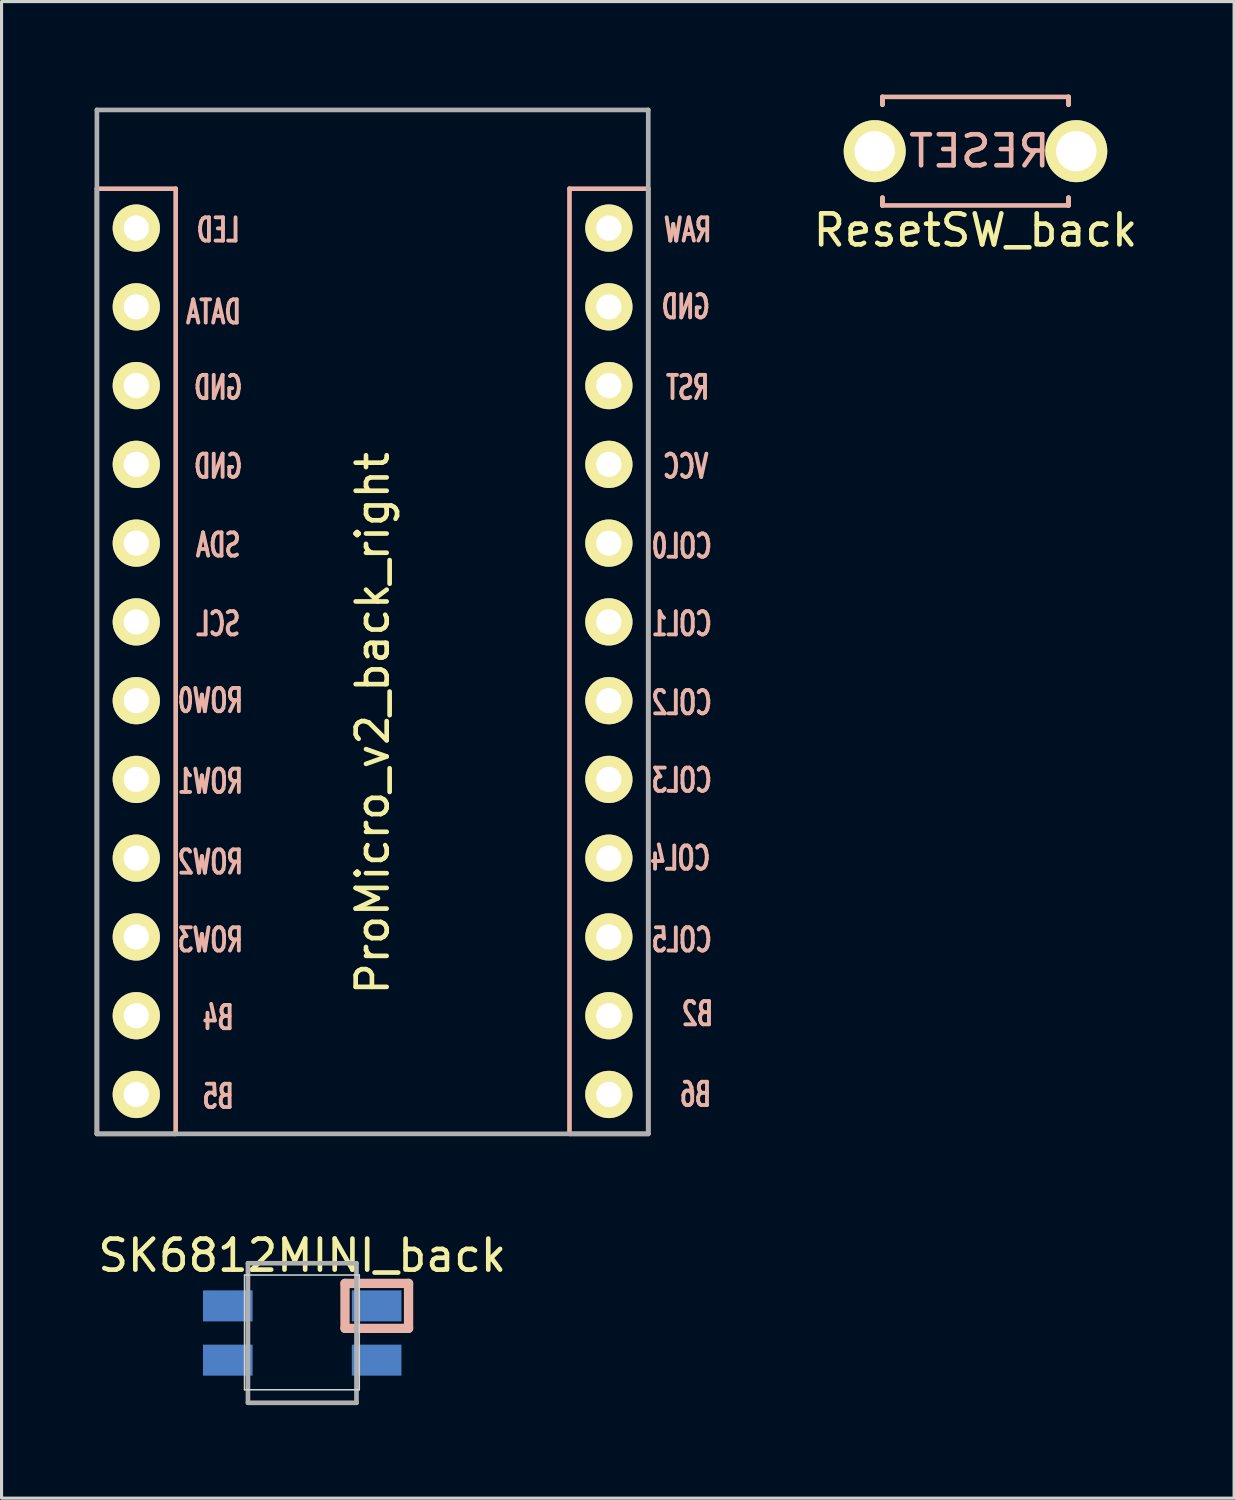
<source format=kicad_pcb>
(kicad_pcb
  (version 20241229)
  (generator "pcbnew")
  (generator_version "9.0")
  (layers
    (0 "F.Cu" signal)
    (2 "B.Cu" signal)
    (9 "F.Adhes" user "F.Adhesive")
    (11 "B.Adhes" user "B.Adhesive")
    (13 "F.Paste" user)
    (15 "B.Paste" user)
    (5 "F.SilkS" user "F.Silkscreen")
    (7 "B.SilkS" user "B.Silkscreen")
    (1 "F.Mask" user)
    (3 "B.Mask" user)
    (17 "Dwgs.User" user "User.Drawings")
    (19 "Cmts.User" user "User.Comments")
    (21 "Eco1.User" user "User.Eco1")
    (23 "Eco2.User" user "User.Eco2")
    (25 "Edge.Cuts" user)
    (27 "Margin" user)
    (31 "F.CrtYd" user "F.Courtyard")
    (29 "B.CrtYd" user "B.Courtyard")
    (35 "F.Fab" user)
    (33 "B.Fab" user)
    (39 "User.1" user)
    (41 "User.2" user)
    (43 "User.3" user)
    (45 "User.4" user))
  (footprint "ResetSW_back"
    (layer "F.Cu")
    (at 28.408 1.825)
    (property "Reference" "ResetSW_back" (at 0 2.55 0) (layer "F.SilkS") (effects (font (size 1 1) (thickness 0.15))))
    (attr through_hole)
    (fp_line (start -3 -1.75) (end -3 -1.5) (stroke (width 0.15) (type solid)) (layer "F.SilkS"))
    (fp_line (start -3 1.75) (end -3 1.5) (stroke (width 0.15) (type solid)) (layer "F.SilkS"))
    (fp_line (start 3 -1.75) (end 3 -1.5) (stroke (width 0.15) (type solid)) (layer "F.SilkS"))
    (fp_line (start 3 1.75) (end 3 1.5) (stroke (width 0.15) (type solid)) (layer "F.SilkS"))
    (fp_line (start -3 -1.75) (end 3 -1.75) (stroke (width 0.15) (type solid)) (layer "B.SilkS"))
    (fp_line (start -3 -1.5) (end -3 -1.75) (stroke (width 0.15) (type solid)) (layer "B.SilkS"))
    (fp_line (start -3 1.75) (end -3 1.5) (stroke (width 0.15) (type solid)) (layer "B.SilkS"))
    (fp_line (start 3 -1.75) (end 3 -1.5) (stroke (width 0.15) (type solid)) (layer "B.SilkS"))
    (fp_line (start 3 1.5) (end 3 1.75) (stroke (width 0.15) (type solid)) (layer "B.SilkS"))
    (fp_line (start 3 1.75) (end -3 1.75) (stroke (width 0.15) (type solid)) (layer "B.SilkS"))
    (fp_text user "RESET" (at 0.127 0 0) (layer "B.SilkS") (effects (font (size 1 1) (thickness 0.15)) (justify mirror)))
    (pad "1" thru_hole circle (at 3.25 0) (size 2 2) (drill 1.3) (layers "*.Cu" "*.Mask" "F.SilkS"))
    (pad "2" thru_hole circle (at -3.25 0) (size 2 2) (drill 1.3) (layers "*.Cu" "*.Mask" "F.SilkS")))
  (footprint "ProMicro_v2_back_right"
    (layer "F.Cu")
    (at 10.235 17.513)
    (property "Reference" "ProMicro_v2_back_right" (at -1.27 2.762 270) (layer "F.SilkS") (effects (font (size 1 1) (thickness 0.15))))
    (attr through_hole)
    (fp_line (start -10.16 -14.478) (end -7.62 -14.478) (stroke (width 0.15) (type solid)) (layer "B.SilkS"))
    (fp_line (start -10.16 16.002) (end -10.16 -14.478) (stroke (width 0.15) (type solid)) (layer "B.SilkS"))
    (fp_line (start -7.62 -14.478) (end -7.62 16.002) (stroke (width 0.15) (type solid)) (layer "B.SilkS"))
    (fp_line (start -7.62 16.002) (end -10.16 16.002) (stroke (width 0.15) (type solid)) (layer "B.SilkS"))
    (fp_line (start 5.08 -14.478) (end 7.62 -14.478) (stroke (width 0.15) (type solid)) (layer "B.SilkS"))
    (fp_line (start 5.08 16.002) (end 5.08 -14.478) (stroke (width 0.15) (type solid)) (layer "B.SilkS"))
    (fp_line (start 7.62 -14.478) (end 7.62 16.002) (stroke (width 0.15) (type solid)) (layer "B.SilkS"))
    (fp_line (start 7.62 16.002) (end 5.08 16.002) (stroke (width 0.15) (type solid)) (layer "B.SilkS"))
    (fp_line (start -10.16 -17.018) (end 7.62 -17.018) (stroke (width 0.15) (type solid)) (layer "F.Fab"))
    (fp_line (start -10.16 16.002) (end -10.16 -17.018) (stroke (width 0.15) (type solid)) (layer "F.Fab"))
    (fp_line (start 7.62 -17.018) (end 7.62 16.002) (stroke (width 0.15) (type solid)) (layer "F.Fab"))
    (fp_line (start 7.62 16.002) (end -10.16 16.002) (stroke (width 0.15) (type solid)) (layer "F.Fab"))
    (fp_text user "" (at -0.5 -17.25 0) (layer "F.SilkS") (effects (font (size 1 1) (thickness 0.15))))
    (fp_text user "ROW0" (at -6.5 2.032 0) (layer "B.SilkS") (effects (font (size 0.75 0.5) (thickness 0.125)) (justify mirror)))
    (fp_text user "ROW3" (at -6.5 9.75 0) (layer "B.SilkS") (effects (font (size 0.75 0.5) (thickness 0.125)) (justify mirror)))
    (fp_text user "RAW" (at 8.891 -13.145 0) (layer "B.SilkS") (effects (font (size 0.75 0.5) (thickness 0.125)) (justify mirror)))
    (fp_text user "COL3" (at 8.7 4.6 0) (layer "B.SilkS") (effects (font (size 0.75 0.5) (thickness 0.125)) (justify mirror)))
    (fp_text user "B5" (at -6.249 14.796 0) (layer "B.SilkS") (effects (font (size 0.75 0.5) (thickness 0.125)) (justify mirror)))
    (fp_text user "GND" (at -6.249 -8.065 0) (layer "B.SilkS") (effects (font (size 0.75 0.5) (thickness 0.125)) (justify mirror)))
    (fp_text user "ROW1" (at -6.5 4.636 0) (layer "B.SilkS") (effects (font (size 0.75 0.5) (thickness 0.125)) (justify mirror)))
    (fp_text user "B2" (at 9.209 12.129 0) (layer "B.SilkS") (effects (font (size 0.75 0.5) (thickness 0.125)) (justify mirror)))
    (fp_text user "GND" (at -6.249 -5.524 0) (layer "B.SilkS") (effects (font (size 0.75 0.5) (thickness 0.125)) (justify mirror)))
    (fp_text user "COL4" (at 8.65 7.112 0) (layer "B.SilkS") (effects (font (size 0.75 0.5) (thickness 0.125)) (justify mirror)))
    (fp_text user "GND" (at 8.828 -10.668 0) (layer "B.SilkS") (effects (font (size 0.75 0.5) (thickness 0.125)) (justify mirror)))
    (fp_text user "DATA" (at -6.4 -10.5 0) (layer "B.SilkS") (effects (font (size 0.75 0.5) (thickness 0.125)) (justify mirror)))
    (fp_text user "COL1" (at 8.7 -0.445 0) (layer "B.SilkS") (effects (font (size 0.75 0.5) (thickness 0.125)) (justify mirror)))
    (fp_text user "ROW2" (at -6.5 7.239 0) (layer "B.SilkS") (effects (font (size 0.75 0.5) (thickness 0.125)) (justify mirror)))
    (fp_text user "COL5" (at 8.7 9.75 0) (layer "B.SilkS") (effects (font (size 0.75 0.5) (thickness 0.125)) (justify mirror)))
    (fp_text user "" (at -1.206 -16.256 0) (layer "B.SilkS") (effects (font (size 1 1) (thickness 0.15)) (justify mirror)))
    (fp_text user "B6" (at 9.145 14.732 0) (layer "B.SilkS") (effects (font (size 0.75 0.5) (thickness 0.125)) (justify mirror)))
    (fp_text user "RST" (at 8.891 -8.065 0) (layer "B.SilkS") (effects (font (size 0.75 0.5) (thickness 0.125)) (justify mirror)))
    (fp_text user "LED" (at -6.249 -13.145 0) (layer "B.SilkS") (effects (font (size 0.75 0.5) (thickness 0.125)) (justify mirror)))
    (fp_text user "COL2" (at 8.7 2.1 0) (layer "B.SilkS") (effects (font (size 0.75 0.5) (thickness 0.125)) (justify mirror)))
    (fp_text user "VCC" (at 8.828 -5.524 0) (layer "B.SilkS") (effects (font (size 0.75 0.5) (thickness 0.125)) (justify mirror)))
    (fp_text user "SDA" (at -6.249 -2.985 0) (layer "B.SilkS") (effects (font (size 0.75 0.5) (thickness 0.125)) (justify mirror)))
    (fp_text user "B4" (at -6.249 12.255 0) (layer "B.SilkS") (effects (font (size 0.75 0.5) (thickness 0.125)) (justify mirror)))
    (fp_text user "SCL" (at -6.249 -0.445 0) (layer "B.SilkS") (effects (font (size 0.75 0.5) (thickness 0.125)) (justify mirror)))
    (fp_text user "COL0" (at 8.7 -2.95 0) (layer "B.SilkS") (effects (font (size 0.75 0.5) (thickness 0.125)) (justify mirror)))
    (pad "1" thru_hole circle (at -8.89 -13.208) (size 1.524 1.524) (drill 0.813) (layers "*.Cu" "*.Mask" "F.SilkS"))
    (pad "2" thru_hole circle (at -8.89 -10.668) (size 1.524 1.524) (drill 0.813) (layers "*.Cu" "*.Mask" "F.SilkS"))
    (pad "3" thru_hole circle (at -8.89 -8.128) (size 1.524 1.524) (drill 0.813) (layers "*.Cu" "*.Mask" "F.SilkS"))
    (pad "4" thru_hole circle (at -8.89 -5.588) (size 1.524 1.524) (drill 0.813) (layers "*.Cu" "*.Mask" "F.SilkS"))
    (pad "5" thru_hole circle (at -8.89 -3.048) (size 1.524 1.524) (drill 0.813) (layers "*.Cu" "*.Mask" "F.SilkS"))
    (pad "6" thru_hole circle (at -8.89 -0.508) (size 1.524 1.524) (drill 0.813) (layers "*.Cu" "*.Mask" "F.SilkS"))
    (pad "7" thru_hole circle (at -8.89 2.032) (size 1.524 1.524) (drill 0.813) (layers "*.Cu" "*.Mask" "F.SilkS"))
    (pad "8" thru_hole circle (at -8.89 4.572) (size 1.524 1.524) (drill 0.813) (layers "*.Cu" "*.Mask" "F.SilkS"))
    (pad "9" thru_hole circle (at -8.89 7.112) (size 1.524 1.524) (drill 0.813) (layers "*.Cu" "*.Mask" "F.SilkS"))
    (pad "10" thru_hole circle (at -8.89 9.652) (size 1.524 1.524) (drill 0.813) (layers "*.Cu" "*.Mask" "F.SilkS"))
    (pad "11" thru_hole circle (at -8.89 12.192) (size 1.524 1.524) (drill 0.813) (layers "*.Cu" "*.Mask" "F.SilkS"))
    (pad "12" thru_hole circle (at -8.89 14.732) (size 1.524 1.524) (drill 0.813) (layers "*.Cu" "*.Mask" "F.SilkS"))
    (pad "13" thru_hole circle (at 6.35 14.732) (size 1.524 1.524) (drill 0.813) (layers "*.Cu" "*.Mask" "F.SilkS"))
    (pad "14" thru_hole circle (at 6.35 12.192) (size 1.524 1.524) (drill 0.813) (layers "*.Cu" "*.Mask" "F.SilkS"))
    (pad "15" thru_hole circle (at 6.35 9.652) (size 1.524 1.524) (drill 0.813) (layers "*.Cu" "*.Mask" "F.SilkS"))
    (pad "16" thru_hole circle (at 6.35 7.112) (size 1.524 1.524) (drill 0.813) (layers "*.Cu" "*.Mask" "F.SilkS"))
    (pad "17" thru_hole circle (at 6.35 4.572) (size 1.524 1.524) (drill 0.813) (layers "*.Cu" "*.Mask" "F.SilkS"))
    (pad "18" thru_hole circle (at 6.35 2.032) (size 1.524 1.524) (drill 0.813) (layers "*.Cu" "*.Mask" "F.SilkS"))
    (pad "19" thru_hole circle (at 6.35 -0.508) (size 1.524 1.524) (drill 0.813) (layers "*.Cu" "*.Mask" "F.SilkS"))
    (pad "20" thru_hole circle (at 6.35 -3.048) (size 1.524 1.524) (drill 0.813) (layers "*.Cu" "*.Mask" "F.SilkS"))
    (pad "21" thru_hole circle (at 6.35 -5.588) (size 1.524 1.524) (drill 0.813) (layers "*.Cu" "*.Mask" "F.SilkS"))
    (pad "22" thru_hole circle (at 6.35 -8.128) (size 1.524 1.524) (drill 0.813) (layers "*.Cu" "*.Mask" "F.SilkS"))
    (pad "23" thru_hole circle (at 6.35 -10.668) (size 1.524 1.524) (drill 0.813) (layers "*.Cu" "*.Mask" "F.SilkS"))
    (pad "24" thru_hole circle (at 6.35 -13.208) (size 1.524 1.524) (drill 0.813) (layers "*.Cu" "*.Mask" "F.SilkS")))
  (footprint "SK6812MINI_back"
    (layer "F.Cu")
    (at 6.696 39.938)
    (property "Reference" "SK6812MINI_back" (at 0 -2.5 0) (layer "F.SilkS") (effects (font (size 1 1) (thickness 0.15))))
    (attr through_hole)
    (fp_line (start 1.38 -1.6) (end 3.43 -1.6) (stroke (width 0.3) (type solid)) (layer "B.SilkS"))
    (fp_line (start 1.38 -0.15) (end 1.38 -1.6) (stroke (width 0.3) (type solid)) (layer "B.SilkS"))
    (fp_line (start 3.43 -1.6) (end 3.43 -0.15) (stroke (width 0.3) (type solid)) (layer "B.SilkS"))
    (fp_line (start 3.43 -0.15) (end 1.38 -0.15) (stroke (width 0.3) (type solid)) (layer "B.SilkS"))
    (fp_line (start -1.86 -1.87) (end 1.84 -1.87) (stroke (width 0.05) (type solid)) (layer "Edge.Cuts"))
    (fp_line (start -1.86 1.83) (end -1.86 -1.87) (stroke (width 0.05) (type solid)) (layer "Edge.Cuts"))
    (fp_line (start 1.84 -1.87) (end 1.84 1.83) (stroke (width 0.05) (type solid)) (layer "Edge.Cuts"))
    (fp_line (start 1.84 1.83) (end -1.86 1.83) (stroke (width 0.05) (type solid)) (layer "Edge.Cuts"))
    (fp_line (start -1.75 -2.25) (end -1.75 2.25) (stroke (width 0.15) (type solid)) (layer "F.Fab"))
    (fp_line (start -1.75 -2.25) (end 1.75 -2.25) (stroke (width 0.15) (type solid)) (layer "F.Fab"))
    (fp_line (start 1.75 -2.25) (end 1.75 2.25) (stroke (width 0.15) (type solid)) (layer "F.Fab"))
    (fp_line (start 1.75 2.25) (end -1.75 2.25) (stroke (width 0.15) (type solid)) (layer "F.Fab"))
    (pad "1" smd rect (at -2.4 -0.875) (size 1.6 1) (layers "B.Cu" "B.Mask" "B.Paste"))
    (pad "2" smd rect (at -2.4 0.875) (size 1.6 1) (layers "B.Cu" "B.Mask" "B.Paste"))
    (pad "3" smd rect (at 2.4 0.875) (size 1.6 1) (layers "B.Cu" "B.Mask" "B.Paste"))
    (pad "4" smd rect (at 2.4 -0.875) (size 1.6 1) (layers "B.Cu" "B.Mask" "B.Paste")))
  (gr_rect
    (start -3 -3)
    (end 36.748 45.264)
    (stroke (width 0.1) (type default))
    (fill no)
    (layer "Edge.Cuts")))
</source>
